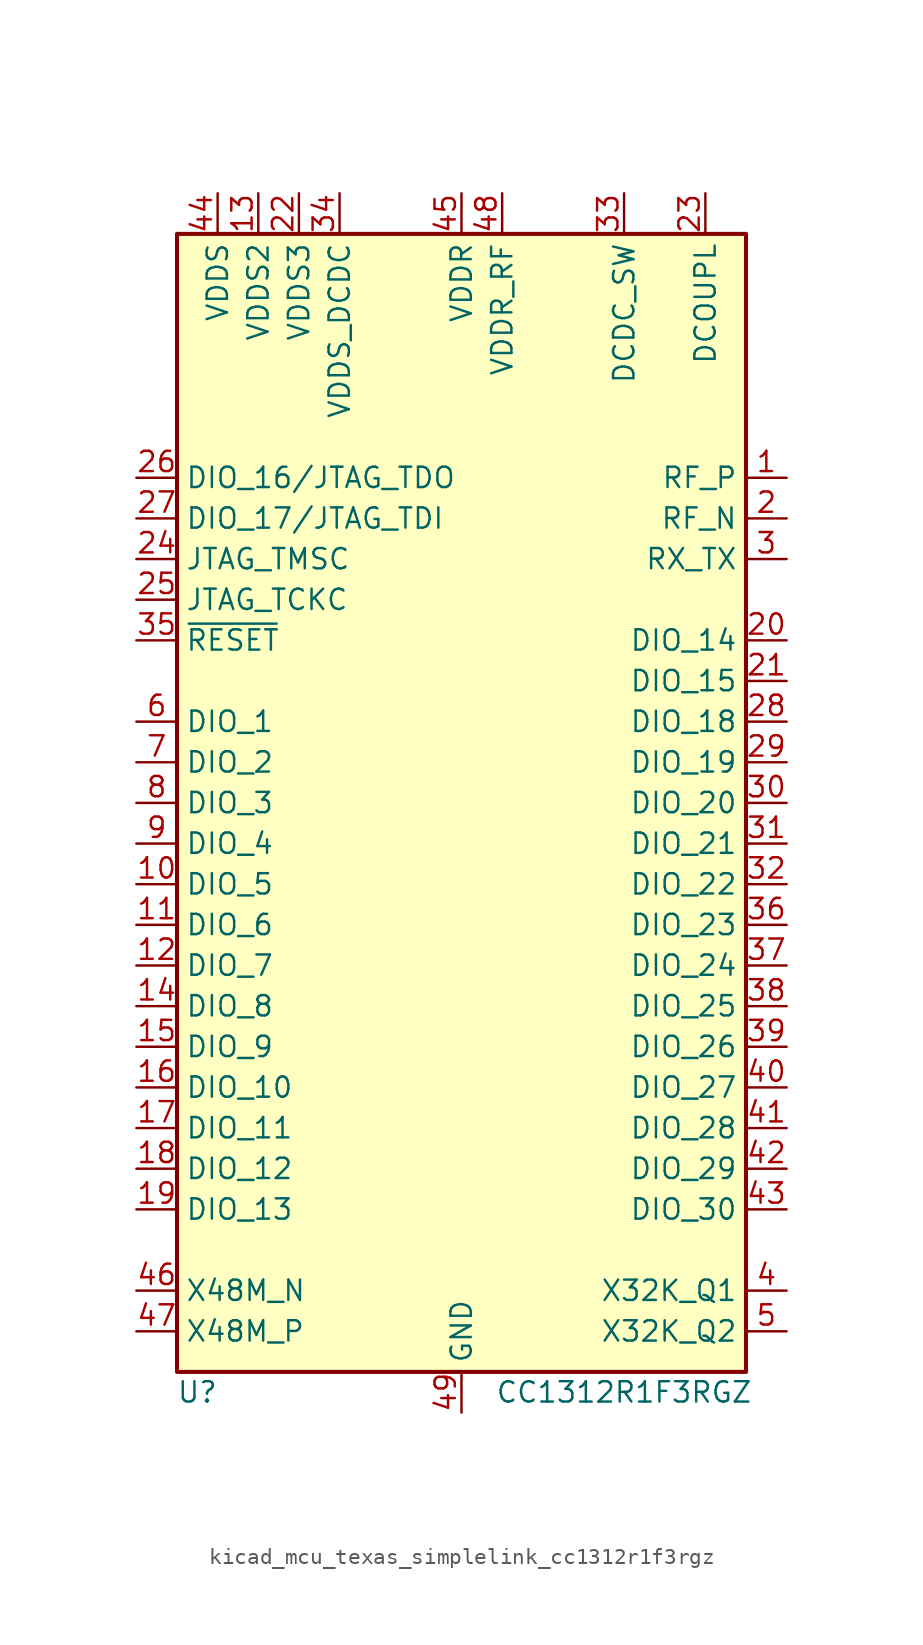
<source format=kicad_sym>
(kicad_symbol_lib
  (version 20220914)
  (generator kicad_symbol_editor)
  (symbol "kicad_mcu_texas_simplelink_cc1312r1f3rgz"
    (property "Reference" "U"
      (at -16.51 -36.83 0)
      (effects (font (size 1.27 1.27))))
    (property "Value" "CC1312R1F3RGZ"
      (at 10.16 -36.83 0)
      (effects (font (size 1.27 1.27))))
    (symbol "kicad_mcu_texas_simplelink_cc1312r1f3rgz_0_1"
      (rectangle (start -17.78 35.56) (end 17.78 -35.56) (stroke (width 0.254) (type default)) (fill (type background))))
    (symbol "kicad_mcu_texas_simplelink_cc1312r1f3rgz_1_1"
      (pin passive line (at 20.32 20.32 180) (length 2.54) (name "RF_P" (effects (font (size 1.27 1.27)))) (number "1" (effects (font (size 1.27 1.27)))))
      (pin bidirectional line (at -20.32 -5.08 0) (length 2.54) (name "DIO_5" (effects (font (size 1.27 1.27)))) (number "10" (effects (font (size 1.27 1.27)))))
      (pin bidirectional line (at -20.32 -7.62 0) (length 2.54) (name "DIO_6" (effects (font (size 1.27 1.27)))) (number "11" (effects (font (size 1.27 1.27)))))
      (pin bidirectional line (at -20.32 -10.16 0) (length 2.54) (name "DIO_7" (effects (font (size 1.27 1.27)))) (number "12" (effects (font (size 1.27 1.27)))))
      (pin power_in line (at -12.7 38.1 270) (length 2.54) (name "VDDS2" (effects (font (size 1.27 1.27)))) (number "13" (effects (font (size 1.27 1.27)))))
      (pin bidirectional line (at -20.32 -12.7 0) (length 2.54) (name "DIO_8" (effects (font (size 1.27 1.27)))) (number "14" (effects (font (size 1.27 1.27)))))
      (pin bidirectional line (at -20.32 -15.24 0) (length 2.54) (name "DIO_9" (effects (font (size 1.27 1.27)))) (number "15" (effects (font (size 1.27 1.27)))))
      (pin bidirectional line (at -20.32 -17.78 0) (length 2.54) (name "DIO_10" (effects (font (size 1.27 1.27)))) (number "16" (effects (font (size 1.27 1.27)))))
      (pin bidirectional line (at -20.32 -20.32 0) (length 2.54) (name "DIO_11" (effects (font (size 1.27 1.27)))) (number "17" (effects (font (size 1.27 1.27)))))
      (pin bidirectional line (at -20.32 -22.86 0) (length 2.54) (name "DIO_12" (effects (font (size 1.27 1.27)))) (number "18" (effects (font (size 1.27 1.27)))))
      (pin bidirectional line (at -20.32 -25.4 0) (length 2.54) (name "DIO_13" (effects (font (size 1.27 1.27)))) (number "19" (effects (font (size 1.27 1.27)))))
      (pin passive line (at 20.32 17.78 180) (length 2.54) (name "RF_N" (effects (font (size 1.27 1.27)))) (number "2" (effects (font (size 1.27 1.27)))))
      (pin bidirectional line (at 20.32 10.16 180) (length 2.54) (name "DIO_14" (effects (font (size 1.27 1.27)))) (number "20" (effects (font (size 1.27 1.27)))))
      (pin bidirectional line (at 20.32 7.62 180) (length 2.54) (name "DIO_15" (effects (font (size 1.27 1.27)))) (number "21" (effects (font (size 1.27 1.27)))))
      (pin power_in line (at -10.16 38.1 270) (length 2.54) (name "VDDS3" (effects (font (size 1.27 1.27)))) (number "22" (effects (font (size 1.27 1.27)))))
      (pin power_out line (at 15.24 38.1 270) (length 2.54) (name "DCOUPL" (effects (font (size 1.27 1.27)))) (number "23" (effects (font (size 1.27 1.27)))))
      (pin bidirectional line (at -20.32 15.24 0) (length 2.54) (name "JTAG_TMSC" (effects (font (size 1.27 1.27)))) (number "24" (effects (font (size 1.27 1.27)))))
      (pin input line (at -20.32 12.7 0) (length 2.54) (name "JTAG_TCKC" (effects (font (size 1.27 1.27)))) (number "25" (effects (font (size 1.27 1.27)))))
      (pin bidirectional line (at -20.32 20.32 0) (length 2.54) (name "DIO_16/JTAG_TDO" (effects (font (size 1.27 1.27)))) (number "26" (effects (font (size 1.27 1.27)))))
      (pin bidirectional line (at -20.32 17.78 0) (length 2.54) (name "DIO_17/JTAG_TDI" (effects (font (size 1.27 1.27)))) (number "27" (effects (font (size 1.27 1.27)))))
      (pin bidirectional line (at 20.32 5.08 180) (length 2.54) (name "DIO_18" (effects (font (size 1.27 1.27)))) (number "28" (effects (font (size 1.27 1.27)))))
      (pin bidirectional line (at 20.32 2.54 180) (length 2.54) (name "DIO_19" (effects (font (size 1.27 1.27)))) (number "29" (effects (font (size 1.27 1.27)))))
      (pin passive line (at 20.32 15.24 180) (length 2.54) (name "RX_TX" (effects (font (size 1.27 1.27)))) (number "3" (effects (font (size 1.27 1.27)))))
      (pin bidirectional line (at 20.32 0 180) (length 2.54) (name "DIO_20" (effects (font (size 1.27 1.27)))) (number "30" (effects (font (size 1.27 1.27)))))
      (pin bidirectional line (at 20.32 -2.54 180) (length 2.54) (name "DIO_21" (effects (font (size 1.27 1.27)))) (number "31" (effects (font (size 1.27 1.27)))))
      (pin bidirectional line (at 20.32 -5.08 180) (length 2.54) (name "DIO_22" (effects (font (size 1.27 1.27)))) (number "32" (effects (font (size 1.27 1.27)))))
      (pin power_out line (at 10.16 38.1 270) (length 2.54) (name "DCDC_SW" (effects (font (size 1.27 1.27)))) (number "33" (effects (font (size 1.27 1.27)))))
      (pin power_in line (at -7.62 38.1 270) (length 2.54) (name "VDDS_DCDC" (effects (font (size 1.27 1.27)))) (number "34" (effects (font (size 1.27 1.27)))))
      (pin input line (at -20.32 10.16 0) (length 2.54) (name "~{RESET}" (effects (font (size 1.27 1.27)))) (number "35" (effects (font (size 1.27 1.27)))))
      (pin bidirectional line (at 20.32 -7.62 180) (length 2.54) (name "DIO_23" (effects (font (size 1.27 1.27)))) (number "36" (effects (font (size 1.27 1.27)))))
      (pin bidirectional line (at 20.32 -10.16 180) (length 2.54) (name "DIO_24" (effects (font (size 1.27 1.27)))) (number "37" (effects (font (size 1.27 1.27)))))
      (pin bidirectional line (at 20.32 -12.7 180) (length 2.54) (name "DIO_25" (effects (font (size 1.27 1.27)))) (number "38" (effects (font (size 1.27 1.27)))))
      (pin bidirectional line (at 20.32 -15.24 180) (length 2.54) (name "DIO_26" (effects (font (size 1.27 1.27)))) (number "39" (effects (font (size 1.27 1.27)))))
      (pin input line (at 20.32 -30.48 180) (length 2.54) (name "X32K_Q1" (effects (font (size 1.27 1.27)))) (number "4" (effects (font (size 1.27 1.27)))))
      (pin bidirectional line (at 20.32 -17.78 180) (length 2.54) (name "DIO_27" (effects (font (size 1.27 1.27)))) (number "40" (effects (font (size 1.27 1.27)))))
      (pin bidirectional line (at 20.32 -20.32 180) (length 2.54) (name "DIO_28" (effects (font (size 1.27 1.27)))) (number "41" (effects (font (size 1.27 1.27)))))
      (pin bidirectional line (at 20.32 -22.86 180) (length 2.54) (name "DIO_29" (effects (font (size 1.27 1.27)))) (number "42" (effects (font (size 1.27 1.27)))))
      (pin bidirectional line (at 20.32 -25.4 180) (length 2.54) (name "DIO_30" (effects (font (size 1.27 1.27)))) (number "43" (effects (font (size 1.27 1.27)))))
      (pin power_in line (at -15.24 38.1 270) (length 2.54) (name "VDDS" (effects (font (size 1.27 1.27)))) (number "44" (effects (font (size 1.27 1.27)))))
      (pin power_in line (at 0 38.1 270) (length 2.54) (name "VDDR" (effects (font (size 1.27 1.27)))) (number "45" (effects (font (size 1.27 1.27)))))
      (pin input line (at -20.32 -30.48 0) (length 2.54) (name "X48M_N" (effects (font (size 1.27 1.27)))) (number "46" (effects (font (size 1.27 1.27)))))
      (pin input line (at -20.32 -33.02 0) (length 2.54) (name "X48M_P" (effects (font (size 1.27 1.27)))) (number "47" (effects (font (size 1.27 1.27)))))
      (pin power_in line (at 2.54 38.1 270) (length 2.54) (name "VDDR_RF" (effects (font (size 1.27 1.27)))) (number "48" (effects (font (size 1.27 1.27)))))
      (pin power_in line (at 0 -38.1 90) (length 2.54) (name "GND" (effects (font (size 1.27 1.27)))) (number "49" (effects (font (size 1.27 1.27)))))
      (pin input line (at 20.32 -33.02 180) (length 2.54) (name "X32K_Q2" (effects (font (size 1.27 1.27)))) (number "5" (effects (font (size 1.27 1.27)))))
      (pin bidirectional line (at -20.32 5.08 0) (length 2.54) (name "DIO_1" (effects (font (size 1.27 1.27)))) (number "6" (effects (font (size 1.27 1.27)))))
      (pin bidirectional line (at -20.32 2.54 0) (length 2.54) (name "DIO_2" (effects (font (size 1.27 1.27)))) (number "7" (effects (font (size 1.27 1.27)))))
      (pin bidirectional line (at -20.32 0 0) (length 2.54) (name "DIO_3" (effects (font (size 1.27 1.27)))) (number "8" (effects (font (size 1.27 1.27)))))
      (pin bidirectional line (at -20.32 -2.54 0) (length 2.54) (name "DIO_4" (effects (font (size 1.27 1.27)))) (number "9" (effects (font (size 1.27 1.27))))))))
</source>
